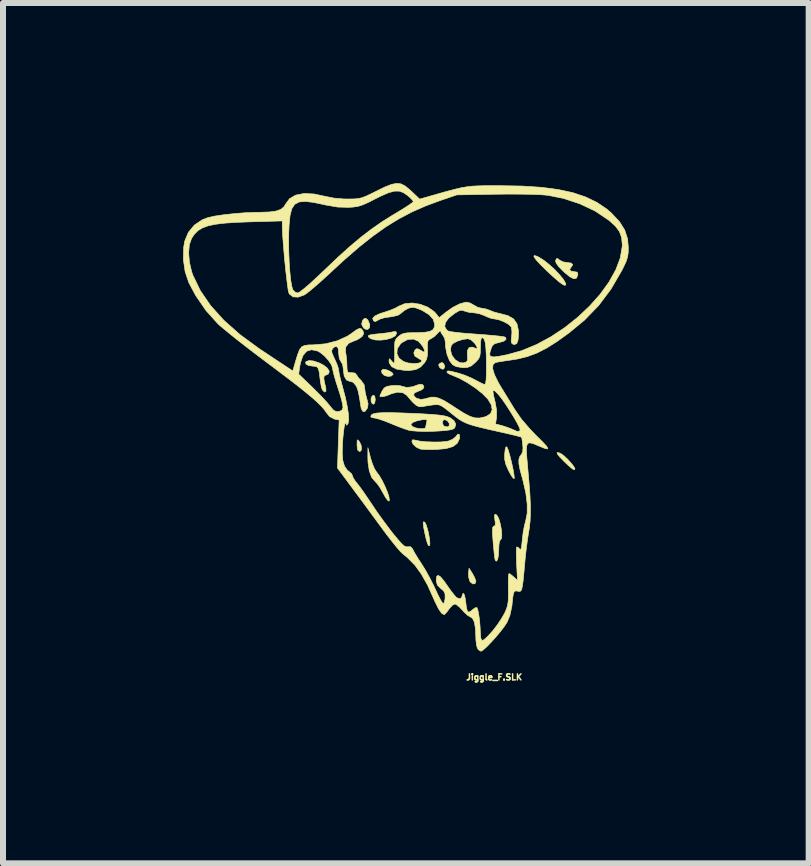
<source format=kicad_pcb>
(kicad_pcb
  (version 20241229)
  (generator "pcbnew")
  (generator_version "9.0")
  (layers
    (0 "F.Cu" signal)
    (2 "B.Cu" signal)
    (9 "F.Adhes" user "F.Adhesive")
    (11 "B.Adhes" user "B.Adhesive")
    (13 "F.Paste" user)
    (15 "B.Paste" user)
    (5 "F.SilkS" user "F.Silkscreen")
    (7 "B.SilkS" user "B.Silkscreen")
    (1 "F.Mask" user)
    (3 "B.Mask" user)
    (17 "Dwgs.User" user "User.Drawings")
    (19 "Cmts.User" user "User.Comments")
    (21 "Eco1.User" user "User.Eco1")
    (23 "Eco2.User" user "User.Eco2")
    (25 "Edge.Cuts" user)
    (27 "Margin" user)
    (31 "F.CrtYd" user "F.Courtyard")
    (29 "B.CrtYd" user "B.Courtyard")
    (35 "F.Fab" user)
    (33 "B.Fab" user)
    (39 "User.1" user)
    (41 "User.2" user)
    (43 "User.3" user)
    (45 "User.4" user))
  (footprint "Jiggle_F.SLK"
    (layer "F.Cu")
    (at 3.914 4.423)
    (property "Reference" "Jiggle_F.SLK" (at 1.27 3.81 0) (layer "F.SilkS") (effects (font (size 0.1 0.1) (thickness 0.025))))
    (attr board_only exclude_from_pos_files exclude_from_bom)
    (fp_poly (pts (xy 0.431 -1.411) (xy 0.447 -1.366) (xy 0.432 -1.329) (xy 0.408 -1.321) (xy 0.376 -1.338) (xy 0.358 -1.356) (xy 0.344 -1.393) (xy 0.365 -1.419) (xy 0.402 -1.434) (xy 0.431 -1.411)) (stroke (width 0.01) (type solid)) (fill yes) (layer "F.SilkS"))
    (fp_poly (pts (xy -0.719 -0.867) (xy -0.711 -0.814) (xy -0.711 -0.813) (xy -0.721 -0.756) (xy -0.745 -0.737) (xy -0.772 -0.76) (xy -0.778 -0.775) (xy -0.783 -0.828) (xy -0.765 -0.874) (xy -0.737 -0.889) (xy -0.719 -0.867)) (stroke (width 0.01) (type solid)) (fill yes) (layer "F.SilkS"))
    (fp_poly (pts (xy -0.84 -2.146) (xy -0.827 -2.126) (xy -0.802 -2.063) (xy -0.808 -2.012) (xy -0.837 -1.984) (xy -0.881 -1.99) (xy -0.909 -2.012) (xy -0.938 -2.071) (xy -0.924 -2.133) (xy -0.903 -2.158) (xy -0.871 -2.171) (xy -0.84 -2.146)) (stroke (width 0.01) (type solid)) (fill yes) (layer "F.SilkS"))
    (fp_poly (pts (xy 0.908 2.083) (xy 0.944 2.15) (xy 0.964 2.206) (xy 0.965 2.216) (xy 0.95 2.253) (xy 0.914 2.256) (xy 0.875 2.227) (xy 0.863 2.209) (xy 0.845 2.146) (xy 0.843 2.075) (xy 0.851 1.994) (xy 0.908 2.083)) (stroke (width 0.01) (type solid)) (fill yes) (layer "F.SilkS"))
    (fp_poly (pts (xy -0.981 -0.121) (xy -0.977 -0.116) (xy -0.949 -0.062) (xy -0.94 -0.007) (xy -0.947 0.034) (xy -0.969 0.051) (xy -0.999 0.034) (xy -1.01 -0.001) (xy -1.015 -0.063) (xy -1.015 -0.074) (xy -1.013 -0.132) (xy -1.004 -0.145) (xy -0.981 -0.121)) (stroke (width 0.01) (type solid)) (fill yes) (layer "F.SilkS"))
    (fp_poly (pts (xy -0.517 -1.31) (xy -0.46 -1.284) (xy -0.421 -1.254) (xy -0.414 -1.234) (xy -0.446 -1.207) (xy -0.503 -1.201) (xy -0.563 -1.219) (xy -0.565 -1.221) (xy -0.601 -1.258) (xy -0.607 -1.297) (xy -0.583 -1.32) (xy -0.573 -1.321) (xy -0.517 -1.31)) (stroke (width 0.01) (type solid)) (fill yes) (layer "F.SilkS"))
    (fp_poly (pts (xy 2.354 0.073) (xy 2.385 0.087) (xy 2.434 0.123) (xy 2.493 0.178) (xy 2.551 0.242) (xy 2.597 0.3) (xy 2.616 0.338) (xy 2.616 0.34) (xy 2.605 0.355) (xy 2.571 0.338) (xy 2.509 0.286) (xy 2.445 0.225) (xy 2.364 0.143) (xy 2.322 0.089) (xy 2.318 0.066) (xy 2.354 0.073)) (stroke (width 0.01) (type solid)) (fill yes) (layer "F.SilkS"))
    (fp_poly (pts (xy 0.113 1.226) (xy 0.139 1.278) (xy 0.168 1.378) (xy 0.178 1.423) (xy 0.194 1.516) (xy 0.199 1.584) (xy 0.193 1.621) (xy 0.176 1.617) (xy 0.17 1.608) (xy 0.153 1.565) (xy 0.133 1.494) (xy 0.114 1.409) (xy 0.097 1.325) (xy 0.088 1.259) (xy 0.088 1.224) (xy 0.089 1.223) (xy 0.113 1.226)) (stroke (width 0.01) (type solid)) (fill yes) (layer "F.SilkS"))
    (fp_poly (pts (xy 1.482 -0.025) (xy 1.503 0.023) (xy 1.531 0.118) (xy 1.561 0.238) (xy 1.584 0.344) (xy 1.599 0.43) (xy 1.605 0.487) (xy 1.603 0.502) (xy 1.585 0.492) (xy 1.553 0.447) (xy 1.513 0.374) (xy 1.511 0.371) (xy 1.465 0.267) (xy 1.445 0.183) (xy 1.444 0.103) (xy 1.453 0.016) (xy 1.466 -0.027) (xy 1.482 -0.025)) (stroke (width 0.01) (type solid)) (fill yes) (layer "F.SilkS"))
    (fp_poly (pts (xy -0.356 -1.921) (xy -0.356 -1.919) (xy -0.379 -1.877) (xy -0.439 -1.843) (xy -0.523 -1.818) (xy -0.617 -1.806) (xy -0.707 -1.808) (xy -0.781 -1.828) (xy -0.802 -1.84) (xy -0.828 -1.864) (xy -0.825 -1.882) (xy -0.788 -1.895) (xy -0.71 -1.906) (xy -0.622 -1.914) (xy -0.53 -1.925) (xy -0.45 -1.937) (xy -0.413 -1.945) (xy -0.368 -1.949) (xy -0.356 -1.921)) (stroke (width 0.01) (type solid)) (fill yes) (layer "F.SilkS"))
    (fp_poly (pts (xy 1.978 -3.205) (xy 2.016 -3.187) (xy 2.098 -3.135) (xy 2.189 -3.063) (xy 2.28 -2.98) (xy 2.361 -2.894) (xy 2.424 -2.816) (xy 2.459 -2.755) (xy 2.464 -2.734) (xy 2.451 -2.717) (xy 2.413 -2.732) (xy 2.346 -2.781) (xy 2.249 -2.866) (xy 2.15 -2.957) (xy 2.04 -3.066) (xy 1.967 -3.145) (xy 1.932 -3.196) (xy 1.936 -3.216) (xy 1.978 -3.205)) (stroke (width 0.01) (type solid)) (fill yes) (layer "F.SilkS"))
    (fp_poly (pts (xy -0.79 0.159) (xy -0.759 0.255) (xy -0.724 0.338) (xy -0.693 0.387) (xy -0.645 0.451) (xy -0.595 0.536) (xy -0.549 0.631) (xy -0.51 0.724) (xy -0.484 0.803) (xy -0.476 0.859) (xy -0.483 0.877) (xy -0.505 0.863) (xy -0.541 0.814) (xy -0.582 0.74) (xy -0.583 0.739) (xy -0.63 0.655) (xy -0.679 0.586) (xy -0.713 0.55) (xy -0.771 0.482) (xy -0.811 0.373) (xy -0.832 0.233) (xy -0.835 0.152) (xy -0.834 -0.013) (xy -0.79 0.159)) (stroke (width 0.01) (type solid)) (fill yes) (layer "F.SilkS"))
    (fp_poly (pts (xy 2.336 -3.16) (xy 2.358 -3.14) (xy 2.417 -3.11) (xy 2.483 -3.099) (xy 2.552 -3.09) (xy 2.579 -3.065) (xy 2.559 -3.028) (xy 2.553 -3.023) (xy 2.527 -2.984) (xy 2.547 -2.957) (xy 2.607 -2.946) (xy 2.654 -2.938) (xy 2.664 -2.903) (xy 2.662 -2.89) (xy 2.641 -2.838) (xy 2.597 -2.828) (xy 2.529 -2.862) (xy 2.436 -2.939) (xy 2.421 -2.954) (xy 2.344 -3.032) (xy 2.303 -3.088) (xy 2.293 -3.127) (xy 2.295 -3.137) (xy 2.312 -3.167) (xy 2.336 -3.16)) (stroke (width 0.01) (type solid)) (fill yes) (layer "F.SilkS"))
    (fp_poly (pts (xy 0.69 -0.233) (xy 0.695 -0.186) (xy 0.692 -0.165) (xy 0.656 -0.088) (xy 0.582 -0.032) (xy 0.465 0.002) (xy 0.306 0.016) (xy 0.2 0.018) (xy 0.109 0.015) (xy 0.048 0.011) (xy 0.038 0.009) (xy -0.03 -0.024) (xy -0.082 -0.073) (xy -0.102 -0.121) (xy -0.089 -0.146) (xy -0.044 -0.139) (xy 0.031 -0.123) (xy 0.139 -0.112) (xy 0.26 -0.108) (xy 0.378 -0.109) (xy 0.475 -0.118) (xy 0.514 -0.126) (xy 0.583 -0.157) (xy 0.631 -0.197) (xy 0.636 -0.205) (xy 0.667 -0.241) (xy 0.69 -0.233)) (stroke (width 0.01) (type solid)) (fill yes) (layer "F.SilkS"))
    (fp_poly (pts (xy -1.739 -1.458) (xy -1.653 -1.43) (xy -1.571 -1.388) (xy -1.508 -1.338) (xy -1.478 -1.286) (xy -1.49 -1.243) (xy -1.524 -1.227) (xy -1.553 -1.216) (xy -1.567 -1.195) (xy -1.567 -1.154) (xy -1.553 -1.081) (xy -1.535 -1.01) (xy -1.533 -0.955) (xy -1.554 -0.94) (xy -1.587 -0.969) (xy -1.596 -0.984) (xy -1.611 -1.033) (xy -1.625 -1.113) (xy -1.633 -1.174) (xy -1.645 -1.274) (xy -1.661 -1.333) (xy -1.687 -1.362) (xy -1.729 -1.371) (xy -1.748 -1.372) (xy -1.82 -1.382) (xy -1.865 -1.405) (xy -1.872 -1.436) (xy -1.864 -1.449) (xy -1.814 -1.466) (xy -1.739 -1.458)) (stroke (width 0.01) (type solid)) (fill yes) (layer "F.SilkS"))
    (fp_poly (pts (xy 1.299 1.098) (xy 1.327 1.128) (xy 1.354 1.19) (xy 1.376 1.272) (xy 1.391 1.359) (xy 1.397 1.439) (xy 1.392 1.498) (xy 1.374 1.524) (xy 1.372 1.524) (xy 1.358 1.547) (xy 1.349 1.609) (xy 1.346 1.688) (xy 1.341 1.777) (xy 1.329 1.843) (xy 1.312 1.876) (xy 1.294 1.871) (xy 1.284 1.849) (xy 1.278 1.811) (xy 1.269 1.735) (xy 1.259 1.633) (xy 1.252 1.556) (xy 1.243 1.436) (xy 1.241 1.358) (xy 1.246 1.314) (xy 1.257 1.297) (xy 1.265 1.295) (xy 1.286 1.283) (xy 1.289 1.239) (xy 1.282 1.191) (xy 1.274 1.124) (xy 1.282 1.097) (xy 1.299 1.098)) (stroke (width 0.01) (type solid)) (fill yes) (layer "F.SilkS"))
    (fp_poly (pts (xy -0.282 -0.593) (xy -0.109 -0.586) (xy 0.083 -0.577) (xy 0.231 -0.568) (xy 0.342 -0.558) (xy 0.424 -0.547) (xy 0.483 -0.533) (xy 0.526 -0.517) (xy 0.529 -0.516) (xy 0.601 -0.464) (xy 0.63 -0.406) (xy 0.615 -0.349) (xy 0.594 -0.328) (xy 0.551 -0.313) (xy 0.469 -0.301) (xy 0.36 -0.292) (xy 0.236 -0.286) (xy 0.11 -0.285) (xy -0.008 -0.288) (xy -0.104 -0.296) (xy -0.153 -0.304) (xy -0.217 -0.325) (xy -0.311 -0.359) (xy -0.412 -0.4) (xy -0.118 -0.4) (xy -0.101 -0.375) (xy -0.086 -0.363) (xy -0.04 -0.344) (xy 0.023 -0.332) (xy 0.083 -0.331) (xy 0.122 -0.34) (xy 0.127 -0.349) (xy 0.134 -0.386) (xy 0.142 -0.422) (xy 0.408 -0.422) (xy 0.423 -0.383) (xy 0.438 -0.372) (xy 0.488 -0.359) (xy 0.516 -0.375) (xy 0.521 -0.382) (xy 0.521 -0.421) (xy 0.49 -0.462) (xy 0.446 -0.482) (xy 0.441 -0.483) (xy 0.414 -0.463) (xy 0.408 -0.422) (xy 0.142 -0.422) (xy 0.144 -0.429) (xy 0.151 -0.467) (xy 0.136 -0.482) (xy 0.089 -0.481) (xy 0.054 -0.476) (xy -0.023 -0.459) (xy -0.082 -0.436) (xy -0.092 -0.429) (xy -0.118 -0.4) (xy -0.412 -0.4) (xy -0.417 -0.402) (xy -0.453 -0.417) (xy -0.555 -0.458) (xy -0.646 -0.489) (xy -0.711 -0.506) (xy -0.726 -0.508) (xy -0.773 -0.517) (xy -0.787 -0.534) (xy -0.777 -0.559) (xy -0.744 -0.578) (xy -0.682 -0.591) (xy -0.588 -0.597) (xy -0.456 -0.598) (xy -0.282 -0.593)) (stroke (width 0.01) (type solid)) (fill yes) (layer "F.SilkS"))
    (fp_poly (pts (xy -0.282 -4.409) (xy -0.213 -4.374) (xy -0.138 -4.312) (xy -0.111 -4.288) (xy 0.028 -4.156) (xy 0.135 -4.186) (xy 0.331 -4.242) (xy 0.487 -4.286) (xy 0.613 -4.319) (xy 0.717 -4.344) (xy 0.81 -4.36) (xy 0.901 -4.371) (xy 0.998 -4.376) (xy 1.111 -4.379) (xy 1.25 -4.379) (xy 1.372 -4.379) (xy 1.737 -4.373) (xy 2.058 -4.352) (xy 2.338 -4.315) (xy 2.583 -4.262) (xy 2.795 -4.191) (xy 2.981 -4.101) (xy 3.143 -3.992) (xy 3.224 -3.922) (xy 3.357 -3.78) (xy 3.445 -3.64) (xy 3.493 -3.491) (xy 3.505 -3.349) (xy 3.503 -3.26) (xy 3.491 -3.187) (xy 3.467 -3.112) (xy 3.423 -3.019) (xy 3.396 -2.965) (xy 3.216 -2.656) (xy 3.011 -2.383) (xy 2.772 -2.137) (xy 2.515 -1.925) (xy 2.316 -1.782) (xy 2.141 -1.672) (xy 1.98 -1.59) (xy 1.823 -1.532) (xy 1.66 -1.492) (xy 1.547 -1.474) (xy 1.443 -1.459) (xy 1.355 -1.445) (xy 1.298 -1.434) (xy 1.289 -1.432) (xy 1.25 -1.397) (xy 1.245 -1.329) (xy 1.275 -1.23) (xy 1.338 -1.102) (xy 1.367 -1.052) (xy 1.442 -0.929) (xy 1.527 -0.79) (xy 1.605 -0.663) (xy 1.614 -0.648) (xy 1.726 -0.487) (xy 1.875 -0.314) (xy 1.98 -0.206) (xy 2.079 -0.108) (xy 2.141 -0.041) (xy 2.165 -0.003) (xy 2.153 0.008) (xy 2.103 -0.006) (xy 2.017 -0.041) (xy 1.988 -0.053) (xy 1.915 -0.083) (xy 1.863 -0.095) (xy 1.83 -0.085) (xy 1.812 -0.045) (xy 1.807 0.028) (xy 1.813 0.14) (xy 1.827 0.298) (xy 1.827 0.298) (xy 1.849 0.55) (xy 1.865 0.759) (xy 1.873 0.932) (xy 1.874 1.079) (xy 1.869 1.205) (xy 1.857 1.32) (xy 1.845 1.39) (xy 1.826 1.511) (xy 1.806 1.661) (xy 1.788 1.818) (xy 1.779 1.918) (xy 1.764 2.084) (xy 1.752 2.206) (xy 1.74 2.29) (xy 1.729 2.343) (xy 1.715 2.372) (xy 1.697 2.381) (xy 1.673 2.379) (xy 1.663 2.377) (xy 1.629 2.372) (xy 1.606 2.383) (xy 1.59 2.418) (xy 1.579 2.486) (xy 1.568 2.594) (xy 1.566 2.622) (xy 1.532 2.781) (xy 1.485 2.894) (xy 1.441 2.962) (xy 1.377 3.046) (xy 1.302 3.136) (xy 1.224 3.223) (xy 1.151 3.299) (xy 1.091 3.353) (xy 1.052 3.378) (xy 1.049 3.378) (xy 1.013 3.358) (xy 0.991 3.329) (xy 0.975 3.273) (xy 0.966 3.194) (xy 0.965 3.168) (xy 0.959 3.008) (xy 0.941 2.897) (xy 0.91 2.831) (xy 0.878 2.809) (xy 0.83 2.782) (xy 0.771 2.728) (xy 0.74 2.693) (xy 0.685 2.635) (xy 0.635 2.598) (xy 0.615 2.591) (xy 0.575 2.611) (xy 0.528 2.661) (xy 0.514 2.68) (xy 0.474 2.735) (xy 0.442 2.766) (xy 0.436 2.769) (xy 0.393 2.744) (xy 0.342 2.669) (xy 0.281 2.546) (xy 0.26 2.498) (xy 0.159 2.274) (xy 0.057 2.093) (xy -0.05 1.945) (xy -0.17 1.823) (xy -0.25 1.757) (xy -0.291 1.718) (xy -0.355 1.645) (xy -0.434 1.546) (xy -0.523 1.432) (xy -0.59 1.341) (xy -0.701 1.19) (xy -0.826 1.02) (xy -0.951 0.85) (xy -1.065 0.697) (xy -1.096 0.654) (xy -1.341 0.325) (xy -1.327 -0.075) (xy -1.313 -0.475) (xy -1.391 -0.49) (xy -1.472 -0.532) (xy -1.521 -0.592) (xy -1.559 -0.646) (xy -1.61 -0.705) (xy -1.68 -0.774) (xy -1.77 -0.854) (xy -1.886 -0.95) (xy -2.03 -1.065) (xy -2.208 -1.201) (xy -2.26 -1.24) (xy -1.988 -1.24) (xy -1.76 -1.02) (xy -1.664 -0.925) (xy -1.575 -0.833) (xy -1.504 -0.755) (xy -1.462 -0.703) (xy -1.41 -0.641) (xy -1.364 -0.616) (xy -1.325 -0.614) (xy -1.268 -0.636) (xy -1.249 -0.68) (xy -1.254 -0.727) (xy -1.272 -0.809) (xy -1.302 -0.914) (xy -1.332 -1.006) (xy -1.369 -1.121) (xy -1.398 -1.224) (xy -1.417 -1.301) (xy -1.422 -1.336) (xy -1.442 -1.396) (xy -1.491 -1.469) (xy -1.559 -1.543) (xy -1.632 -1.602) (xy -1.674 -1.625) (xy -1.774 -1.646) (xy -1.854 -1.621) (xy -1.916 -1.549) (xy -1.957 -1.43) (xy -1.97 -1.363) (xy -1.988 -1.24) (xy -2.26 -1.24) (xy -2.421 -1.362) (xy -2.502 -1.422) (xy -2.672 -1.55) (xy -2.837 -1.676) (xy -2.99 -1.795) (xy -3.125 -1.903) (xy -3.235 -1.993) (xy -3.314 -2.06) (xy -3.335 -2.08) (xy -3.53 -2.297) (xy -3.703 -2.548) (xy -3.818 -2.764) (xy -3.879 -2.946) (xy -3.909 -3.148) (xy -3.906 -3.26) (xy -3.821 -3.26) (xy -3.808 -3.105) (xy -3.771 -2.946) (xy -3.751 -2.889) (xy -3.627 -2.632) (xy -3.455 -2.381) (xy -3.234 -2.136) (xy -2.963 -1.896) (xy -2.642 -1.661) (xy -2.604 -1.636) (xy -2.476 -1.551) (xy -2.359 -1.473) (xy -2.26 -1.408) (xy -2.188 -1.36) (xy -2.154 -1.338) (xy -2.085 -1.292) (xy -2.043 -1.44) (xy -2.006 -1.562) (xy -1.974 -1.644) (xy -1.939 -1.693) (xy -1.89 -1.717) (xy -1.821 -1.726) (xy -1.742 -1.727) (xy -1.538 -1.745) (xy -1.343 -1.795) (xy -1.173 -1.873) (xy -1.106 -1.918) (xy -1.028 -1.975) (xy -0.978 -2) (xy -0.945 -1.997) (xy -0.92 -1.966) (xy -0.915 -1.957) (xy -0.904 -1.912) (xy -0.93 -1.869) (xy -0.943 -1.857) (xy -1.009 -1.813) (xy -1.068 -1.791) (xy -1.154 -1.753) (xy -1.203 -1.692) (xy -1.208 -1.614) (xy -1.206 -1.607) (xy -1.195 -1.541) (xy -1.186 -1.45) (xy -1.184 -1.397) (xy -1.181 -1.317) (xy -1.172 -1.277) (xy -1.15 -1.263) (xy -1.111 -1.265) (xy -1.049 -1.257) (xy -1.023 -1.227) (xy -0.991 -1.177) (xy -0.948 -1.135) (xy -0.897 -1.064) (xy -0.888 -1.008) (xy -0.878 -0.929) (xy -0.856 -0.841) (xy -0.852 -0.829) (xy -0.831 -0.746) (xy -0.839 -0.684) (xy -0.844 -0.67) (xy -0.881 -0.619) (xy -0.917 -0.617) (xy -0.944 -0.662) (xy -0.95 -0.692) (xy -0.97 -0.819) (xy -0.986 -0.908) (xy -1 -0.968) (xy -1.015 -1.012) (xy -1.032 -1.047) (xy -1.08 -1.104) (xy -1.132 -1.118) (xy -1.191 -1.141) (xy -1.229 -1.207) (xy -1.244 -1.314) (xy -1.245 -1.332) (xy -1.255 -1.4) (xy -1.282 -1.447) (xy -1.283 -1.448) (xy -1.31 -1.498) (xy -1.321 -1.581) (xy -1.321 -1.591) (xy -1.33 -1.669) (xy -1.356 -1.703) (xy -1.397 -1.689) (xy -1.423 -1.663) (xy -1.438 -1.632) (xy -1.432 -1.59) (xy -1.403 -1.522) (xy -1.388 -1.491) (xy -1.351 -1.409) (xy -1.327 -1.338) (xy -1.321 -1.304) (xy -1.314 -1.256) (xy -1.296 -1.174) (xy -1.269 -1.073) (xy -1.258 -1.032) (xy -1.212 -0.861) (xy -1.179 -0.705) (xy -1.159 -0.574) (xy -1.154 -0.475) (xy -1.165 -0.416) (xy -1.166 -0.414) (xy -1.187 -0.386) (xy -1.194 -0.403) (xy -1.194 -0.406) (xy -1.198 -0.432) (xy -1.214 -0.411) (xy -1.217 -0.406) (xy -1.228 -0.366) (xy -1.239 -0.288) (xy -1.25 -0.184) (xy -1.256 -0.1) (xy -1.262 0.072) (xy -1.252 0.201) (xy -1.224 0.295) (xy -1.178 0.361) (xy -1.145 0.386) (xy -1.104 0.424) (xy -1.092 0.454) (xy -1.077 0.493) (xy -1.038 0.552) (xy -1.014 0.581) (xy -0.968 0.64) (xy -0.904 0.729) (xy -0.832 0.835) (xy -0.77 0.927) (xy -0.68 1.061) (xy -0.573 1.209) (xy -0.467 1.351) (xy -0.416 1.416) (xy -0.332 1.518) (xy -0.272 1.585) (xy -0.229 1.623) (xy -0.196 1.638) (xy -0.169 1.637) (xy -0.122 1.637) (xy -0.089 1.674) (xy -0.079 1.694) (xy -0.049 1.75) (xy 0.00025 1.831) (xy 0.059 1.92) (xy 0.065 1.93) (xy 0.127 2.03) (xy 0.196 2.155) (xy 0.262 2.285) (xy 0.286 2.337) (xy 0.333 2.437) (xy 0.375 2.519) (xy 0.407 2.571) (xy 0.419 2.585) (xy 0.437 2.567) (xy 0.45 2.514) (xy 0.452 2.491) (xy 0.451 2.42) (xy 0.427 2.372) (xy 0.382 2.334) (xy 0.325 2.278) (xy 0.305 2.212) (xy 0.305 2.192) (xy 0.312 2.131) (xy 0.336 2.113) (xy 0.377 2.139) (xy 0.437 2.211) (xy 0.48 2.273) (xy 0.54 2.358) (xy 0.595 2.43) (xy 0.634 2.475) (xy 0.637 2.479) (xy 0.688 2.504) (xy 0.725 2.489) (xy 0.737 2.45) (xy 0.749 2.417) (xy 0.758 2.413) (xy 0.773 2.436) (xy 0.787 2.495) (xy 0.795 2.552) (xy 0.808 2.654) (xy 0.824 2.71) (xy 0.848 2.727) (xy 0.884 2.708) (xy 0.904 2.69) (xy 0.95 2.656) (xy 0.981 2.649) (xy 0.982 2.65) (xy 0.997 2.688) (xy 1.012 2.762) (xy 1.026 2.861) (xy 1.035 2.969) (xy 1.04 3.067) (xy 1.046 3.155) (xy 1.063 3.196) (xy 1.074 3.2) (xy 1.105 3.182) (xy 1.158 3.134) (xy 1.222 3.064) (xy 1.242 3.042) (xy 1.318 2.944) (xy 1.389 2.839) (xy 1.442 2.747) (xy 1.444 2.743) (xy 1.475 2.673) (xy 1.494 2.611) (xy 1.504 2.54) (xy 1.507 2.447) (xy 1.506 2.343) (xy 1.505 2.235) (xy 1.507 2.149) (xy 1.512 2.095) (xy 1.517 2.083) (xy 1.545 2.098) (xy 1.591 2.136) (xy 1.596 2.14) (xy 1.658 2.197) (xy 1.644 1.925) (xy 1.64 1.813) (xy 1.639 1.721) (xy 1.641 1.659) (xy 1.645 1.64) (xy 1.668 1.646) (xy 1.69 1.67) (xy 1.707 1.684) (xy 1.719 1.669) (xy 1.728 1.619) (xy 1.738 1.526) (xy 1.739 1.51) (xy 1.753 1.397) (xy 1.773 1.288) (xy 1.795 1.205) (xy 1.796 1.2) (xy 1.82 1.08) (xy 1.82 0.924) (xy 1.797 0.739) (xy 1.75 0.535) (xy 1.739 0.494) (xy 1.701 0.355) (xy 1.682 0.255) (xy 1.681 0.184) (xy 1.696 0.135) (xy 1.717 0.108) (xy 1.743 0.062) (xy 1.75 -0.01) (xy 1.746 -0.056) (xy 1.738 -0.129) (xy 1.729 -0.179) (xy 1.725 -0.189) (xy 1.697 -0.198) (xy 1.63 -0.215) (xy 1.531 -0.239) (xy 1.409 -0.267) (xy 1.359 -0.278) (xy 1.172 -0.32) (xy 1.026 -0.355) (xy 0.913 -0.385) (xy 0.825 -0.414) (xy 0.754 -0.446) (xy 0.691 -0.482) (xy 0.629 -0.528) (xy 0.558 -0.584) (xy 0.557 -0.586) (xy 0.468 -0.657) (xy 0.406 -0.702) (xy 0.359 -0.725) (xy 0.315 -0.731) (xy 0.262 -0.728) (xy 0.254 -0.727) (xy 0.166 -0.715) (xy 0.088 -0.701) (xy 0.071 -0.697) (xy 0.021 -0.696) (xy -0.03 -0.72) (xy -0.092 -0.776) (xy -0.171 -0.868) (xy -0.184 -0.884) (xy -0.249 -0.928) (xy -0.339 -0.939) (xy -0.439 -0.914) (xy -0.466 -0.902) (xy -0.526 -0.878) (xy -0.586 -0.864) (xy -0.627 -0.864) (xy -0.635 -0.872) (xy -0.625 -0.899) (xy -0.6 -0.951) (xy -0.597 -0.958) (xy -0.564 -1.007) (xy -0.519 -1.034) (xy -0.442 -1.048) (xy -0.438 -1.048) (xy -0.357 -1.052) (xy -0.292 -1.045) (xy -0.275 -1.039) (xy -0.187 -1.017) (xy -0.085 -1.03) (xy -0.029 -1.052) (xy 0.035 -1.072) (xy 0.082 -1.062) (xy 0.099 -1.028) (xy 0.094 -1.008) (xy 0.061 -0.976) (xy 0.002 -0.953) (xy -0.059 -0.926) (xy -0.073 -0.888) (xy -0.038 -0.847) (xy -0.013 -0.834) (xy 0.049 -0.818) (xy 0.123 -0.829) (xy 0.15 -0.837) (xy 0.218 -0.855) (xy 0.282 -0.856) (xy 0.352 -0.837) (xy 0.437 -0.797) (xy 0.546 -0.73) (xy 0.636 -0.671) (xy 0.765 -0.589) (xy 0.866 -0.536) (xy 0.951 -0.51) (xy 1.03 -0.508) (xy 1.114 -0.527) (xy 1.139 -0.536) (xy 1.209 -0.58) (xy 1.236 -0.646) (xy 1.222 -0.727) (xy 1.167 -0.82) (xy 1.076 -0.914) (xy 1.028 -0.952) (xy 1.249 -0.952) (xy 1.258 -0.891) (xy 1.283 -0.785) (xy 1.285 -0.779) (xy 1.309 -0.644) (xy 1.31 -0.527) (xy 1.309 -0.517) (xy 1.293 -0.409) (xy 1.402 -0.381) (xy 1.486 -0.354) (xy 1.56 -0.325) (xy 1.575 -0.318) (xy 1.651 -0.286) (xy 1.693 -0.29) (xy 1.702 -0.313) (xy 1.688 -0.354) (xy 1.652 -0.426) (xy 1.599 -0.519) (xy 1.536 -0.621) (xy 1.47 -0.724) (xy 1.407 -0.815) (xy 1.353 -0.885) (xy 1.341 -0.899) (xy 1.289 -0.953) (xy 1.259 -0.971) (xy 1.249 -0.952) (xy 1.028 -0.952) (xy 0.956 -1.009) (xy 0.821 -1.098) (xy 0.689 -1.171) (xy 0.594 -1.211) (xy 0.528 -1.238) (xy 0.488 -1.263) (xy 0.483 -1.272) (xy 0.487 -1.288) (xy 0.505 -1.293) (xy 0.549 -1.287) (xy 0.627 -1.268) (xy 0.673 -1.256) (xy 0.784 -1.22) (xy 0.9 -1.17) (xy 0.954 -1.142) (xy 1.029 -1.102) (xy 1.089 -1.074) (xy 1.114 -1.067) (xy 1.127 -1.087) (xy 1.136 -1.15) (xy 1.14 -1.258) (xy 1.14 -1.391) (xy 1.138 -1.558) (xy 1.131 -1.68) (xy 1.121 -1.764) (xy 1.105 -1.817) (xy 1.082 -1.843) (xy 1.072 -1.848) (xy 1.055 -1.838) (xy 1.045 -1.788) (xy 1.041 -1.694) (xy 1.041 -1.689) (xy 1.039 -1.595) (xy 1.03 -1.534) (xy 1.006 -1.488) (xy 0.962 -1.439) (xy 0.955 -1.433) (xy 0.89 -1.377) (xy 0.829 -1.352) (xy 0.755 -1.346) (xy 0.639 -1.364) (xy 0.578 -1.396) (xy 0.526 -1.463) (xy 0.485 -1.565) (xy 0.469 -1.645) (xy 0.541 -1.645) (xy 0.562 -1.56) (xy 0.613 -1.486) (xy 0.628 -1.474) (xy 0.696 -1.431) (xy 0.757 -1.426) (xy 0.798 -1.438) (xy 0.824 -1.462) (xy 0.827 -1.515) (xy 0.823 -1.547) (xy 0.823 -1.63) (xy 0.851 -1.68) (xy 0.902 -1.691) (xy 0.938 -1.677) (xy 0.98 -1.664) (xy 0.987 -1.683) (xy 0.959 -1.734) (xy 0.938 -1.762) (xy 0.887 -1.808) (xy 0.835 -1.829) (xy 0.833 -1.829) (xy 0.75 -1.818) (xy 0.663 -1.791) (xy 0.591 -1.755) (xy 0.556 -1.721) (xy 0.541 -1.645) (xy 0.469 -1.645) (xy 0.461 -1.687) (xy 0.457 -1.761) (xy 0.447 -1.829) (xy 0.421 -1.878) (xy 0.419 -1.88) (xy 0.387 -1.925) (xy 0.381 -1.95) (xy 0.369 -1.961) (xy 0.335 -1.93) (xy 0.327 -1.919) (xy 0.271 -1.864) (xy 0.214 -1.828) (xy 0.213 -1.828) (xy 0.18 -1.81) (xy 0.163 -1.781) (xy 0.158 -1.726) (xy 0.159 -1.654) (xy 0.158 -1.555) (xy 0.143 -1.486) (xy 0.112 -1.431) (xy 0.043 -1.357) (xy -0.037 -1.315) (xy -0.142 -1.3) (xy -0.221 -1.302) (xy -0.35 -1.321) (xy -0.437 -1.363) (xy -0.478 -1.425) (xy -0.482 -1.458) (xy -0.478 -1.495) (xy -0.462 -1.486) (xy -0.447 -1.467) (xy -0.414 -1.431) (xy -0.398 -1.422) (xy -0.391 -1.446) (xy -0.388 -1.507) (xy -0.388 -1.579) (xy -0.35 -1.579) (xy -0.315 -1.506) (xy -0.243 -1.45) (xy -0.164 -1.425) (xy -0.061 -1.415) (xy 0.019 -1.424) (xy 0.064 -1.449) (xy 0.065 -1.451) (xy 0.055 -1.475) (xy 0.014 -1.498) (xy -0.05 -1.539) (xy -0.07 -1.591) (xy -0.05 -1.639) (xy -0.022 -1.663) (xy 0.012 -1.656) (xy 0.044 -1.637) (xy 0.096 -1.608) (xy 0.115 -1.615) (xy 0.102 -1.658) (xy 0.079 -1.703) (xy 0.012 -1.785) (xy -0.074 -1.823) (xy -0.17 -1.817) (xy -0.265 -1.766) (xy -0.294 -1.74) (xy -0.345 -1.661) (xy -0.35 -1.579) (xy -0.388 -1.579) (xy -0.388 -1.595) (xy -0.388 -1.615) (xy -0.39 -1.714) (xy -0.385 -1.777) (xy -0.37 -1.818) (xy -0.342 -1.852) (xy -0.322 -1.869) (xy -0.282 -1.899) (xy -0.239 -1.917) (xy -0.178 -1.927) (xy -0.087 -1.93) (xy -0.026 -1.93) (xy 0.107 -1.935) (xy 0.196 -1.95) (xy 0.25 -1.979) (xy 0.275 -2.025) (xy 0.279 -2.068) (xy 0.255 -2.152) (xy 0.185 -2.23) (xy 0.074 -2.299) (xy 0.049 -2.31) (xy -0.032 -2.342) (xy -0.088 -2.352) (xy -0.139 -2.343) (xy -0.162 -2.335) (xy -0.23 -2.298) (xy -0.28 -2.255) (xy -0.333 -2.22) (xy -0.427 -2.198) (xy -0.471 -2.192) (xy -0.561 -2.178) (xy -0.635 -2.156) (xy -0.667 -2.138) (xy -0.711 -2.114) (xy -0.741 -2.128) (xy -0.755 -2.168) (xy -0.719 -2.208) (xy -0.632 -2.248) (xy -0.552 -2.273) (xy -0.455 -2.306) (xy -0.366 -2.344) (xy -0.318 -2.372) (xy -0.217 -2.414) (xy -0.095 -2.424) (xy 0.035 -2.404) (xy 0.16 -2.357) (xy 0.264 -2.286) (xy 0.302 -2.246) (xy 0.354 -2.18) (xy 0.465 -2.27) (xy 0.579 -2.351) (xy 0.693 -2.409) (xy 0.791 -2.437) (xy 0.814 -2.438) (xy 0.872 -2.423) (xy 0.933 -2.388) (xy 1 -2.351) (xy 1.064 -2.337) (xy 1.138 -2.324) (xy 1.196 -2.302) (xy 1.266 -2.274) (xy 1.351 -2.252) (xy 1.361 -2.25) (xy 1.499 -2.214) (xy 1.594 -2.159) (xy 1.65 -2.077) (xy 1.674 -1.965) (xy 1.676 -1.914) (xy 1.668 -1.807) (xy 1.645 -1.747) (xy 1.605 -1.732) (xy 1.587 -1.736) (xy 1.561 -1.756) (xy 1.553 -1.797) (xy 1.561 -1.866) (xy 1.566 -1.95) (xy 1.556 -2.016) (xy 1.552 -2.028) (xy 1.51 -2.069) (xy 1.437 -2.11) (xy 1.353 -2.143) (xy 1.277 -2.159) (xy 1.268 -2.159) (xy 1.214 -2.17) (xy 1.141 -2.198) (xy 1.118 -2.21) (xy 1.032 -2.243) (xy 0.946 -2.26) (xy 0.929 -2.261) (xy 0.848 -2.269) (xy 0.777 -2.29) (xy 0.73 -2.304) (xy 0.685 -2.295) (xy 0.621 -2.258) (xy 0.611 -2.252) (xy 0.513 -2.174) (xy 0.458 -2.099) (xy 0.446 -2.031) (xy 0.479 -1.975) (xy 0.507 -1.956) (xy 0.545 -1.947) (xy 0.626 -1.936) (xy 0.738 -1.924) (xy 0.874 -1.913) (xy 0.993 -1.904) (xy 1.138 -1.893) (xy 1.266 -1.882) (xy 1.368 -1.871) (xy 1.434 -1.861) (xy 1.457 -1.854) (xy 1.469 -1.82) (xy 1.434 -1.79) (xy 1.357 -1.767) (xy 1.348 -1.766) (xy 1.277 -1.746) (xy 1.238 -1.71) (xy 1.221 -1.671) (xy 1.199 -1.601) (xy 1.196 -1.555) (xy 1.218 -1.531) (xy 1.271 -1.526) (xy 1.362 -1.539) (xy 1.487 -1.563) (xy 1.731 -1.631) (xy 1.975 -1.732) (xy 2.216 -1.862) (xy 2.447 -2.015) (xy 2.664 -2.188) (xy 2.862 -2.375) (xy 3.037 -2.572) (xy 3.183 -2.774) (xy 3.296 -2.977) (xy 3.371 -3.175) (xy 3.403 -3.365) (xy 3.404 -3.398) (xy 3.393 -3.515) (xy 3.358 -3.613) (xy 3.291 -3.704) (xy 3.185 -3.8) (xy 3.171 -3.81) (xy 2.952 -3.957) (xy 2.698 -4.077) (xy 2.425 -4.167) (xy 2.166 -4.219) (xy 2.059 -4.228) (xy 1.908 -4.235) (xy 1.719 -4.238) (xy 1.499 -4.239) (xy 1.299 -4.237) (xy 0.648 -4.226) (xy 0.374 -4.133) (xy 0.13 -4.043) (xy -0.097 -3.943) (xy -0.316 -3.828) (xy -0.533 -3.695) (xy -0.753 -3.538) (xy -0.985 -3.354) (xy -1.235 -3.137) (xy -1.483 -2.908) (xy -1.595 -2.805) (xy -1.702 -2.711) (xy -1.794 -2.633) (xy -1.863 -2.579) (xy -1.896 -2.558) (xy -1.997 -2.522) (xy -2.081 -2.527) (xy -2.14 -2.572) (xy -2.151 -2.591) (xy -2.161 -2.632) (xy -2.173 -2.714) (xy -2.187 -2.828) (xy -2.203 -2.965) (xy -2.218 -3.114) (xy -2.232 -3.268) (xy -2.244 -3.416) (xy -2.245 -3.43) (xy -2.155 -3.43) (xy -2.152 -3.26) (xy -2.145 -3.093) (xy -2.134 -2.938) (xy -2.12 -2.806) (xy -2.103 -2.705) (xy -2.085 -2.645) (xy -2.085 -2.645) (xy -2.042 -2.603) (xy -2.004 -2.591) (xy -1.968 -2.609) (xy -1.9 -2.661) (xy -1.804 -2.743) (xy -1.682 -2.855) (xy -1.542 -2.988) (xy -1.322 -3.197) (xy -1.126 -3.373) (xy -0.946 -3.524) (xy -0.773 -3.656) (xy -0.598 -3.778) (xy -0.413 -3.894) (xy -0.375 -3.916) (xy -0.266 -3.982) (xy -0.175 -4.04) (xy -0.109 -4.085) (xy -0.078 -4.111) (xy -0.076 -4.115) (xy -0.094 -4.142) (xy -0.14 -4.188) (xy -0.171 -4.215) (xy -0.243 -4.264) (xy -0.314 -4.289) (xy -0.395 -4.288) (xy -0.493 -4.261) (xy -0.619 -4.206) (xy -0.711 -4.16) (xy -0.829 -4.1) (xy -0.919 -4.06) (xy -0.994 -4.036) (xy -1.069 -4.024) (xy -1.15 -4.018) (xy -1.338 -4.023) (xy -1.547 -4.059) (xy -1.558 -4.062) (xy -1.738 -4.1) (xy -1.877 -4.117) (xy -1.98 -4.108) (xy -2.053 -4.069) (xy -2.102 -3.995) (xy -2.131 -3.883) (xy -2.147 -3.726) (xy -2.153 -3.594) (xy -2.155 -3.43) (xy -2.245 -3.43) (xy -2.254 -3.548) (xy -2.259 -3.657) (xy -2.261 -3.715) (xy -2.261 -3.792) (xy -2.788 -3.777) (xy -3.027 -3.768) (xy -3.221 -3.755) (xy -3.376 -3.736) (xy -3.498 -3.71) (xy -3.592 -3.675) (xy -3.666 -3.63) (xy -3.724 -3.572) (xy -3.771 -3.503) (xy -3.809 -3.397) (xy -3.821 -3.26) (xy -3.906 -3.26) (xy -3.904 -3.35) (xy -3.886 -3.455) (xy -3.826 -3.601) (xy -3.726 -3.722) (xy -3.592 -3.812) (xy -3.502 -3.846) (xy -3.39 -3.872) (xy -3.241 -3.894) (xy -3.067 -3.913) (xy -2.882 -3.928) (xy -2.7 -3.935) (xy -2.629 -3.936) (xy -2.474 -3.941) (xy -2.361 -3.957) (xy -2.283 -3.985) (xy -2.232 -4.028) (xy -2.208 -4.069) (xy -2.14 -4.162) (xy -2.037 -4.222) (xy -1.899 -4.249) (xy -1.731 -4.241) (xy -1.549 -4.202) (xy -1.404 -4.173) (xy -1.238 -4.158) (xy -1.168 -4.157) (xy -1.073 -4.158) (xy -1 -4.164) (xy -0.934 -4.178) (xy -0.862 -4.206) (xy -0.769 -4.25) (xy -0.693 -4.288) (xy -0.55 -4.358) (xy -0.44 -4.401) (xy -0.354 -4.418) (xy -0.282 -4.409)) (stroke (width 0.01) (type solid)) (fill yes) (layer "F.SilkS")))
  (gr_rect
    (start -3 -3)
    (end 10.424 11.335)
    (stroke (width 0.1) (type default))
    (fill no)
    (layer "Edge.Cuts")))
</source>
